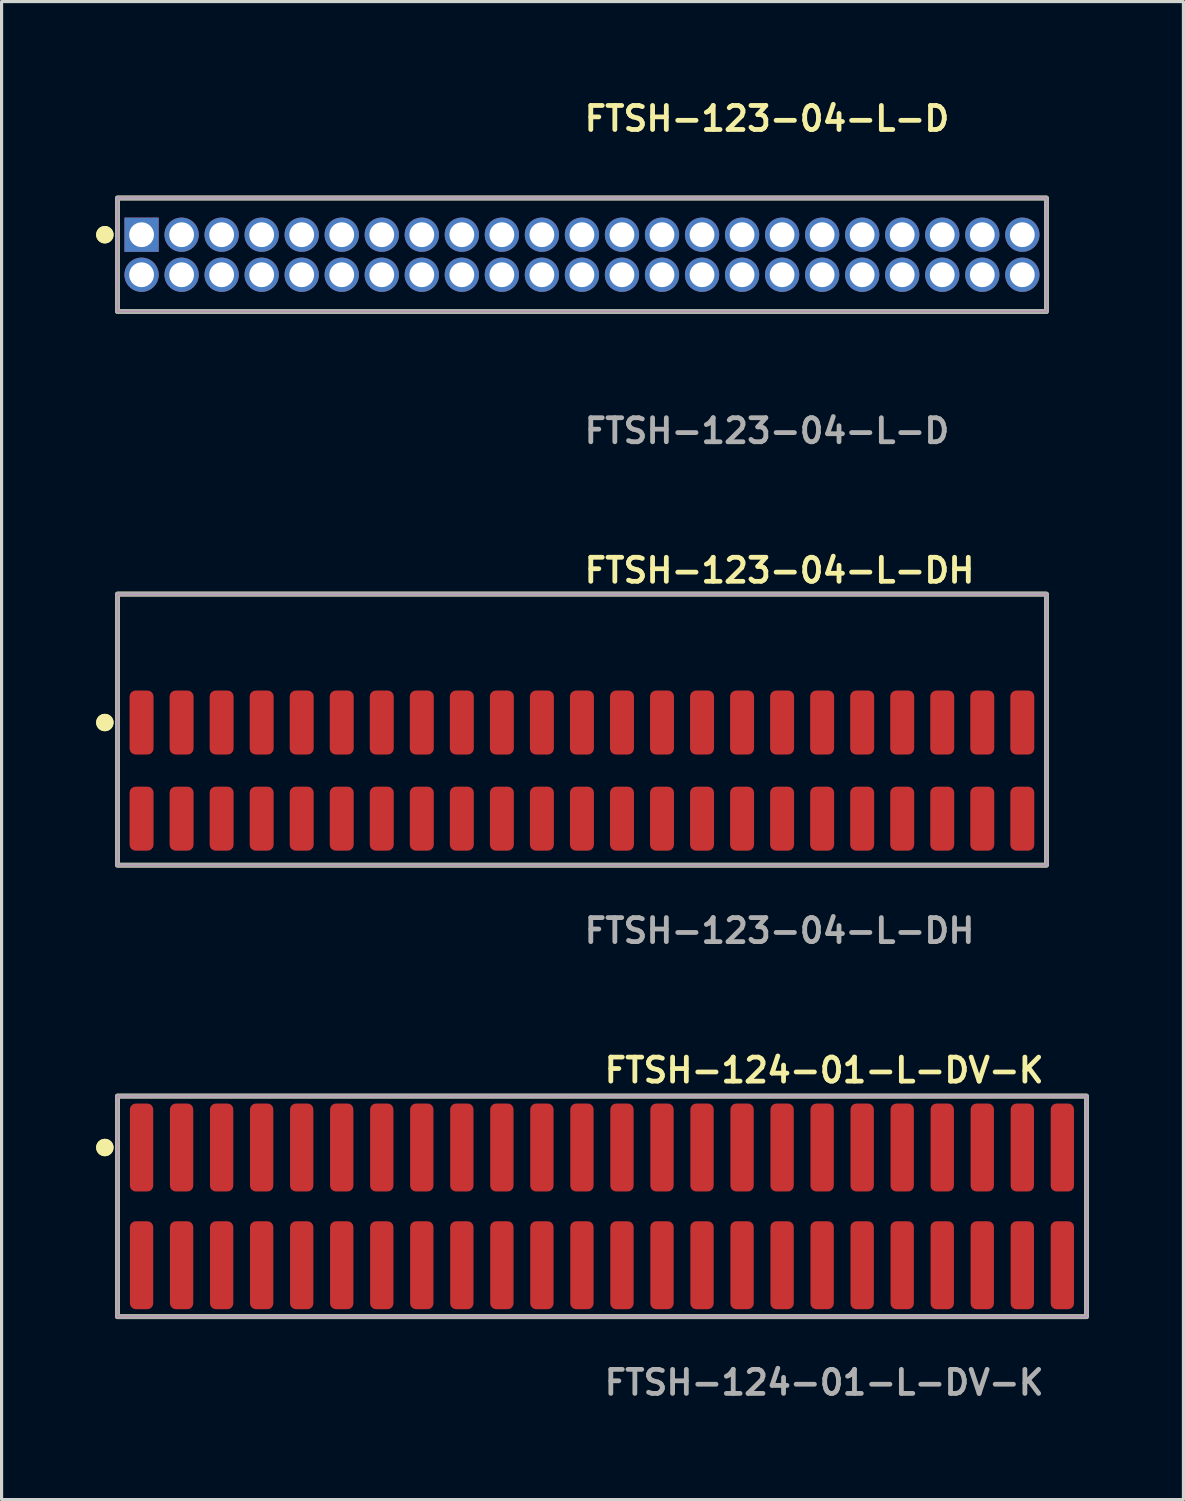
<source format=kicad_pcb>
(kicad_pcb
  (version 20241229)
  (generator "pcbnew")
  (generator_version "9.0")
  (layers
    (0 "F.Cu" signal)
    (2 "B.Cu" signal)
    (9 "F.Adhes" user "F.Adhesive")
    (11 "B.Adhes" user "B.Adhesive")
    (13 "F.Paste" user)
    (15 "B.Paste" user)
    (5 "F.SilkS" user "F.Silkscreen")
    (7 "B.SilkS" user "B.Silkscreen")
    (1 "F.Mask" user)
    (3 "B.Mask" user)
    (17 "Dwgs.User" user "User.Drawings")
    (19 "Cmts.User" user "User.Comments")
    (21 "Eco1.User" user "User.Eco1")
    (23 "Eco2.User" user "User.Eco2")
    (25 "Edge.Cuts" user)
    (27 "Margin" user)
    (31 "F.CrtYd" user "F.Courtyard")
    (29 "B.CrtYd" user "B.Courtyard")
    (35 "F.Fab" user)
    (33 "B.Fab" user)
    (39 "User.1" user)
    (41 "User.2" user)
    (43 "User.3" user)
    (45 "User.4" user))
  (footprint "FTSH-123-04-L-D"
    (layer "F.Cu")
    (at 15.411 5.031)
    (property "Reference" "FTSH-123-04-L-D" (at 0 -4.318 0) (unlocked yes) (layer "F.SilkS") (effects (font (size 0.762 0.762) (thickness 0.152)) (justify left)))
    (fp_rect (start -14.735 1.8) (end 14.735 -1.8) (stroke (width 0.152) (type solid)) (fill no) (layer "F.SilkS"))
    (fp_circle (center -15.135 -0.635) (end -15.335 -0.635) (stroke (width 0.152) (type solid)) (fill yes) (layer "F.SilkS"))
    (fp_circle (center -15.135 -0.635) (end -15.335 -0.635) (stroke (width 0.152) (type solid)) (fill yes) (layer "F.SilkS"))
    (fp_rect (start -14.735 1.8) (end 14.735 -1.8) (stroke (width 0.006) (type solid)) (fill no) (layer "F.CrtYd"))
    (fp_rect (start -14.735 1.8) (end 14.735 -1.8) (stroke (width 0.152) (type solid)) (fill no) (layer "F.Fab"))
    (fp_text user "${REFERENCE}" (at 0 5.588 0) (unlocked yes) (layer "F.Fab") (effects (font (size 0.762 0.762) (thickness 0.152)) (justify left)))
    (pad "1" thru_hole rect (at -13.97 -0.635) (size 1.087 1.087) (drill 0.787) (layers "*.Cu" "*.Mask"))
    (pad "2" thru_hole circle (at -13.97 0.635) (size 1.087 1.087) (drill 0.787) (layers "*.Cu" "*.Mask"))
    (pad "3" thru_hole circle (at -12.7 -0.635) (size 1.087 1.087) (drill 0.787) (layers "*.Cu" "*.Mask"))
    (pad "4" thru_hole circle (at -12.7 0.635) (size 1.087 1.087) (drill 0.787) (layers "*.Cu" "*.Mask"))
    (pad "5" thru_hole circle (at -11.43 -0.635) (size 1.087 1.087) (drill 0.787) (layers "*.Cu" "*.Mask"))
    (pad "6" thru_hole circle (at -11.43 0.635) (size 1.087 1.087) (drill 0.787) (layers "*.Cu" "*.Mask"))
    (pad "7" thru_hole circle (at -10.16 -0.635) (size 1.087 1.087) (drill 0.787) (layers "*.Cu" "*.Mask"))
    (pad "8" thru_hole circle (at -10.16 0.635) (size 1.087 1.087) (drill 0.787) (layers "*.Cu" "*.Mask"))
    (pad "9" thru_hole circle (at -8.89 -0.635) (size 1.087 1.087) (drill 0.787) (layers "*.Cu" "*.Mask"))
    (pad "10" thru_hole circle (at -8.89 0.635) (size 1.087 1.087) (drill 0.787) (layers "*.Cu" "*.Mask"))
    (pad "11" thru_hole circle (at -7.62 -0.635) (size 1.087 1.087) (drill 0.787) (layers "*.Cu" "*.Mask"))
    (pad "12" thru_hole circle (at -7.62 0.635) (size 1.087 1.087) (drill 0.787) (layers "*.Cu" "*.Mask"))
    (pad "13" thru_hole circle (at -6.35 -0.635) (size 1.087 1.087) (drill 0.787) (layers "*.Cu" "*.Mask"))
    (pad "14" thru_hole circle (at -6.35 0.635) (size 1.087 1.087) (drill 0.787) (layers "*.Cu" "*.Mask"))
    (pad "15" thru_hole circle (at -5.08 -0.635) (size 1.087 1.087) (drill 0.787) (layers "*.Cu" "*.Mask"))
    (pad "16" thru_hole circle (at -5.08 0.635) (size 1.087 1.087) (drill 0.787) (layers "*.Cu" "*.Mask"))
    (pad "17" thru_hole circle (at -3.81 -0.635) (size 1.087 1.087) (drill 0.787) (layers "*.Cu" "*.Mask"))
    (pad "18" thru_hole circle (at -3.81 0.635) (size 1.087 1.087) (drill 0.787) (layers "*.Cu" "*.Mask"))
    (pad "19" thru_hole circle (at -2.54 -0.635) (size 1.087 1.087) (drill 0.787) (layers "*.Cu" "*.Mask"))
    (pad "20" thru_hole circle (at -2.54 0.635) (size 1.087 1.087) (drill 0.787) (layers "*.Cu" "*.Mask"))
    (pad "21" thru_hole circle (at -1.27 -0.635) (size 1.087 1.087) (drill 0.787) (layers "*.Cu" "*.Mask"))
    (pad "22" thru_hole circle (at -1.27 0.635) (size 1.087 1.087) (drill 0.787) (layers "*.Cu" "*.Mask"))
    (pad "23" thru_hole circle (at 0 -0.635) (size 1.087 1.087) (drill 0.787) (layers "*.Cu" "*.Mask"))
    (pad "24" thru_hole circle (at 0 0.635) (size 1.087 1.087) (drill 0.787) (layers "*.Cu" "*.Mask"))
    (pad "25" thru_hole circle (at 1.27 -0.635) (size 1.087 1.087) (drill 0.787) (layers "*.Cu" "*.Mask"))
    (pad "26" thru_hole circle (at 1.27 0.635) (size 1.087 1.087) (drill 0.787) (layers "*.Cu" "*.Mask"))
    (pad "27" thru_hole circle (at 2.54 -0.635) (size 1.087 1.087) (drill 0.787) (layers "*.Cu" "*.Mask"))
    (pad "28" thru_hole circle (at 2.54 0.635) (size 1.087 1.087) (drill 0.787) (layers "*.Cu" "*.Mask"))
    (pad "29" thru_hole circle (at 3.81 -0.635) (size 1.087 1.087) (drill 0.787) (layers "*.Cu" "*.Mask"))
    (pad "30" thru_hole circle (at 3.81 0.635) (size 1.087 1.087) (drill 0.787) (layers "*.Cu" "*.Mask"))
    (pad "31" thru_hole circle (at 5.08 -0.635) (size 1.087 1.087) (drill 0.787) (layers "*.Cu" "*.Mask"))
    (pad "32" thru_hole circle (at 5.08 0.635) (size 1.087 1.087) (drill 0.787) (layers "*.Cu" "*.Mask"))
    (pad "33" thru_hole circle (at 6.35 -0.635) (size 1.087 1.087) (drill 0.787) (layers "*.Cu" "*.Mask"))
    (pad "34" thru_hole circle (at 6.35 0.635) (size 1.087 1.087) (drill 0.787) (layers "*.Cu" "*.Mask"))
    (pad "35" thru_hole circle (at 7.62 -0.635) (size 1.087 1.087) (drill 0.787) (layers "*.Cu" "*.Mask"))
    (pad "36" thru_hole circle (at 7.62 0.635) (size 1.087 1.087) (drill 0.787) (layers "*.Cu" "*.Mask"))
    (pad "37" thru_hole circle (at 8.89 -0.635) (size 1.087 1.087) (drill 0.787) (layers "*.Cu" "*.Mask"))
    (pad "38" thru_hole circle (at 8.89 0.635) (size 1.087 1.087) (drill 0.787) (layers "*.Cu" "*.Mask"))
    (pad "39" thru_hole circle (at 10.16 -0.635) (size 1.087 1.087) (drill 0.787) (layers "*.Cu" "*.Mask"))
    (pad "40" thru_hole circle (at 10.16 0.635) (size 1.087 1.087) (drill 0.787) (layers "*.Cu" "*.Mask"))
    (pad "41" thru_hole circle (at 11.43 -0.635) (size 1.087 1.087) (drill 0.787) (layers "*.Cu" "*.Mask"))
    (pad "42" thru_hole circle (at 11.43 0.635) (size 1.087 1.087) (drill 0.787) (layers "*.Cu" "*.Mask"))
    (pad "43" thru_hole circle (at 12.7 -0.635) (size 1.087 1.087) (drill 0.787) (layers "*.Cu" "*.Mask"))
    (pad "44" thru_hole circle (at 12.7 0.635) (size 1.087 1.087) (drill 0.787) (layers "*.Cu" "*.Mask"))
    (pad "45" thru_hole circle (at 13.97 -0.635) (size 1.087 1.087) (drill 0.787) (layers "*.Cu" "*.Mask"))
    (pad "46" thru_hole circle (at 13.97 0.635) (size 1.087 1.087) (drill 0.787) (layers "*.Cu" "*.Mask")))
  (footprint "FTSH-123-04-L-DH"
    (layer "F.Cu")
    (at 15.411 21.396)
    (property "Reference" "FTSH-123-04-L-DH" (at 0 -6.35 0) (unlocked yes) (layer "F.SilkS") (effects (font (size 0.762 0.762) (thickness 0.152)) (justify left)))
    (fp_rect (start -14.735 3) (end 14.735 -5.6) (stroke (width 0.152) (type solid)) (fill no) (layer "F.SilkS"))
    (fp_circle (center -15.135 -1.525) (end -15.335 -1.525) (stroke (width 0.152) (type solid)) (fill yes) (layer "F.SilkS"))
    (fp_circle (center -15.135 -1.525) (end -15.335 -1.525) (stroke (width 0.152) (type solid)) (fill yes) (layer "F.SilkS"))
    (fp_rect (start -14.735 3) (end 14.735 -5.6) (stroke (width 0.006) (type solid)) (fill no) (layer "F.CrtYd"))
    (fp_rect (start -14.735 3) (end 14.735 -5.6) (stroke (width 0.152) (type solid)) (fill no) (layer "F.Fab"))
    (fp_text user "${REFERENCE}" (at 0 5.08 0) (unlocked yes) (layer "F.Fab") (effects (font (size 0.762 0.762) (thickness 0.152)) (justify left)))
    (pad "1" smd roundrect (at -13.97 -1.525) (size 0.76 2.03) (layers "F.Cu" "F.Paste") (roundrect_rratio 0.25))
    (pad "2" smd roundrect (at -13.97 1.525) (size 0.76 2.03) (layers "F.Cu" "F.Paste") (roundrect_rratio 0.25))
    (pad "3" smd roundrect (at -12.7 -1.525) (size 0.76 2.03) (layers "F.Cu" "F.Paste") (roundrect_rratio 0.25))
    (pad "4" smd roundrect (at -12.7 1.525) (size 0.76 2.03) (layers "F.Cu" "F.Paste") (roundrect_rratio 0.25))
    (pad "5" smd roundrect (at -11.43 -1.525) (size 0.76 2.03) (layers "F.Cu" "F.Paste") (roundrect_rratio 0.25))
    (pad "6" smd roundrect (at -11.43 1.525) (size 0.76 2.03) (layers "F.Cu" "F.Paste") (roundrect_rratio 0.25))
    (pad "7" smd roundrect (at -10.16 -1.525) (size 0.76 2.03) (layers "F.Cu" "F.Paste") (roundrect_rratio 0.25))
    (pad "8" smd roundrect (at -10.16 1.525) (size 0.76 2.03) (layers "F.Cu" "F.Paste") (roundrect_rratio 0.25))
    (pad "9" smd roundrect (at -8.89 -1.525) (size 0.76 2.03) (layers "F.Cu" "F.Paste") (roundrect_rratio 0.25))
    (pad "10" smd roundrect (at -8.89 1.525) (size 0.76 2.03) (layers "F.Cu" "F.Paste") (roundrect_rratio 0.25))
    (pad "11" smd roundrect (at -7.62 -1.525) (size 0.76 2.03) (layers "F.Cu" "F.Paste") (roundrect_rratio 0.25))
    (pad "12" smd roundrect (at -7.62 1.525) (size 0.76 2.03) (layers "F.Cu" "F.Paste") (roundrect_rratio 0.25))
    (pad "13" smd roundrect (at -6.35 -1.525) (size 0.76 2.03) (layers "F.Cu" "F.Paste") (roundrect_rratio 0.25))
    (pad "14" smd roundrect (at -6.35 1.525) (size 0.76 2.03) (layers "F.Cu" "F.Paste") (roundrect_rratio 0.25))
    (pad "15" smd roundrect (at -5.08 -1.525) (size 0.76 2.03) (layers "F.Cu" "F.Paste") (roundrect_rratio 0.25))
    (pad "16" smd roundrect (at -5.08 1.525) (size 0.76 2.03) (layers "F.Cu" "F.Paste") (roundrect_rratio 0.25))
    (pad "17" smd roundrect (at -3.81 -1.525) (size 0.76 2.03) (layers "F.Cu" "F.Paste") (roundrect_rratio 0.25))
    (pad "18" smd roundrect (at -3.81 1.525) (size 0.76 2.03) (layers "F.Cu" "F.Paste") (roundrect_rratio 0.25))
    (pad "19" smd roundrect (at -2.54 -1.525) (size 0.76 2.03) (layers "F.Cu" "F.Paste") (roundrect_rratio 0.25))
    (pad "20" smd roundrect (at -2.54 1.525) (size 0.76 2.03) (layers "F.Cu" "F.Paste") (roundrect_rratio 0.25))
    (pad "21" smd roundrect (at -1.27 -1.525) (size 0.76 2.03) (layers "F.Cu" "F.Paste") (roundrect_rratio 0.25))
    (pad "22" smd roundrect (at -1.27 1.525) (size 0.76 2.03) (layers "F.Cu" "F.Paste") (roundrect_rratio 0.25))
    (pad "23" smd roundrect (at 0 -1.525) (size 0.76 2.03) (layers "F.Cu" "F.Paste") (roundrect_rratio 0.25))
    (pad "24" smd roundrect (at 0 1.525) (size 0.76 2.03) (layers "F.Cu" "F.Paste") (roundrect_rratio 0.25))
    (pad "25" smd roundrect (at 1.27 -1.525) (size 0.76 2.03) (layers "F.Cu" "F.Paste") (roundrect_rratio 0.25))
    (pad "26" smd roundrect (at 1.27 1.525) (size 0.76 2.03) (layers "F.Cu" "F.Paste") (roundrect_rratio 0.25))
    (pad "27" smd roundrect (at 2.54 -1.525) (size 0.76 2.03) (layers "F.Cu" "F.Paste") (roundrect_rratio 0.25))
    (pad "28" smd roundrect (at 2.54 1.525) (size 0.76 2.03) (layers "F.Cu" "F.Paste") (roundrect_rratio 0.25))
    (pad "29" smd roundrect (at 3.81 -1.525) (size 0.76 2.03) (layers "F.Cu" "F.Paste") (roundrect_rratio 0.25))
    (pad "30" smd roundrect (at 3.81 1.525) (size 0.76 2.03) (layers "F.Cu" "F.Paste") (roundrect_rratio 0.25))
    (pad "31" smd roundrect (at 5.08 -1.525) (size 0.76 2.03) (layers "F.Cu" "F.Paste") (roundrect_rratio 0.25))
    (pad "32" smd roundrect (at 5.08 1.525) (size 0.76 2.03) (layers "F.Cu" "F.Paste") (roundrect_rratio 0.25))
    (pad "33" smd roundrect (at 6.35 -1.525) (size 0.76 2.03) (layers "F.Cu" "F.Paste") (roundrect_rratio 0.25))
    (pad "34" smd roundrect (at 6.35 1.525) (size 0.76 2.03) (layers "F.Cu" "F.Paste") (roundrect_rratio 0.25))
    (pad "35" smd roundrect (at 7.62 -1.525) (size 0.76 2.03) (layers "F.Cu" "F.Paste") (roundrect_rratio 0.25))
    (pad "36" smd roundrect (at 7.62 1.525) (size 0.76 2.03) (layers "F.Cu" "F.Paste") (roundrect_rratio 0.25))
    (pad "37" smd roundrect (at 8.89 -1.525) (size 0.76 2.03) (layers "F.Cu" "F.Paste") (roundrect_rratio 0.25))
    (pad "38" smd roundrect (at 8.89 1.525) (size 0.76 2.03) (layers "F.Cu" "F.Paste") (roundrect_rratio 0.25))
    (pad "39" smd roundrect (at 10.16 -1.525) (size 0.76 2.03) (layers "F.Cu" "F.Paste") (roundrect_rratio 0.25))
    (pad "40" smd roundrect (at 10.16 1.525) (size 0.76 2.03) (layers "F.Cu" "F.Paste") (roundrect_rratio 0.25))
    (pad "41" smd roundrect (at 11.43 -1.525) (size 0.76 2.03) (layers "F.Cu" "F.Paste") (roundrect_rratio 0.25))
    (pad "42" smd roundrect (at 11.43 1.525) (size 0.76 2.03) (layers "F.Cu" "F.Paste") (roundrect_rratio 0.25))
    (pad "43" smd roundrect (at 12.7 -1.525) (size 0.76 2.03) (layers "F.Cu" "F.Paste") (roundrect_rratio 0.25))
    (pad "44" smd roundrect (at 12.7 1.525) (size 0.76 2.03) (layers "F.Cu" "F.Paste") (roundrect_rratio 0.25))
    (pad "45" smd roundrect (at 13.97 -1.525) (size 0.76 2.03) (layers "F.Cu" "F.Paste") (roundrect_rratio 0.25))
    (pad "46" smd roundrect (at 13.97 1.525) (size 0.76 2.03) (layers "F.Cu" "F.Paste") (roundrect_rratio 0.25)))
  (footprint "FTSH-124-01-L-DV-K"
    (layer "F.Cu")
    (at 16.046 35.22)
    (property "Reference" "FTSH-124-01-L-DV-K" (at 0 -4.318 0) (unlocked yes) (layer "F.SilkS") (effects (font (size 0.762 0.762) (thickness 0.152)) (justify left)))
    (fp_rect (start -15.37 3.5) (end 15.37 -3.5) (stroke (width 0.152) (type solid)) (fill no) (layer "F.SilkS"))
    (fp_circle (center -15.77 -1.867) (end -15.97 -1.867) (stroke (width 0.152) (type solid)) (fill yes) (layer "F.SilkS"))
    (fp_circle (center -15.77 -1.867) (end -15.97 -1.867) (stroke (width 0.152) (type solid)) (fill yes) (layer "F.SilkS"))
    (fp_rect (start -15.37 3.5) (end 15.37 -3.5) (stroke (width 0.006) (type solid)) (fill no) (layer "F.CrtYd"))
    (fp_rect (start -15.37 3.5) (end 15.37 -3.5) (stroke (width 0.152) (type solid)) (fill no) (layer "F.Fab"))
    (fp_text user "${REFERENCE}" (at 0 5.588 0) (unlocked yes) (layer "F.Fab") (effects (font (size 0.762 0.762) (thickness 0.152)) (justify left)))
    (pad "1" smd roundrect (at -14.605 -1.867) (size 0.74 2.79) (layers "F.Cu" "F.Paste") (roundrect_rratio 0.25))
    (pad "2" smd roundrect (at -14.605 1.867) (size 0.74 2.79) (layers "F.Cu" "F.Paste") (roundrect_rratio 0.25))
    (pad "3" smd roundrect (at -13.335 -1.867) (size 0.74 2.79) (layers "F.Cu" "F.Paste") (roundrect_rratio 0.25))
    (pad "4" smd roundrect (at -13.335 1.867) (size 0.74 2.79) (layers "F.Cu" "F.Paste") (roundrect_rratio 0.25))
    (pad "5" smd roundrect (at -12.065 -1.867) (size 0.74 2.79) (layers "F.Cu" "F.Paste") (roundrect_rratio 0.25))
    (pad "6" smd roundrect (at -12.065 1.867) (size 0.74 2.79) (layers "F.Cu" "F.Paste") (roundrect_rratio 0.25))
    (pad "7" smd roundrect (at -10.795 -1.867) (size 0.74 2.79) (layers "F.Cu" "F.Paste") (roundrect_rratio 0.25))
    (pad "8" smd roundrect (at -10.795 1.867) (size 0.74 2.79) (layers "F.Cu" "F.Paste") (roundrect_rratio 0.25))
    (pad "9" smd roundrect (at -9.525 -1.867) (size 0.74 2.79) (layers "F.Cu" "F.Paste") (roundrect_rratio 0.25))
    (pad "10" smd roundrect (at -9.525 1.867) (size 0.74 2.79) (layers "F.Cu" "F.Paste") (roundrect_rratio 0.25))
    (pad "11" smd roundrect (at -8.255 -1.867) (size 0.74 2.79) (layers "F.Cu" "F.Paste") (roundrect_rratio 0.25))
    (pad "12" smd roundrect (at -8.255 1.867) (size 0.74 2.79) (layers "F.Cu" "F.Paste") (roundrect_rratio 0.25))
    (pad "13" smd roundrect (at -6.985 -1.867) (size 0.74 2.79) (layers "F.Cu" "F.Paste") (roundrect_rratio 0.25))
    (pad "14" smd roundrect (at -6.985 1.867) (size 0.74 2.79) (layers "F.Cu" "F.Paste") (roundrect_rratio 0.25))
    (pad "15" smd roundrect (at -5.715 -1.867) (size 0.74 2.79) (layers "F.Cu" "F.Paste") (roundrect_rratio 0.25))
    (pad "16" smd roundrect (at -5.715 1.867) (size 0.74 2.79) (layers "F.Cu" "F.Paste") (roundrect_rratio 0.25))
    (pad "17" smd roundrect (at -4.445 -1.867) (size 0.74 2.79) (layers "F.Cu" "F.Paste") (roundrect_rratio 0.25))
    (pad "18" smd roundrect (at -4.445 1.867) (size 0.74 2.79) (layers "F.Cu" "F.Paste") (roundrect_rratio 0.25))
    (pad "19" smd roundrect (at -3.175 -1.867) (size 0.74 2.79) (layers "F.Cu" "F.Paste") (roundrect_rratio 0.25))
    (pad "20" smd roundrect (at -3.175 1.867) (size 0.74 2.79) (layers "F.Cu" "F.Paste") (roundrect_rratio 0.25))
    (pad "21" smd roundrect (at -1.905 -1.867) (size 0.74 2.79) (layers "F.Cu" "F.Paste") (roundrect_rratio 0.25))
    (pad "22" smd roundrect (at -1.905 1.867) (size 0.74 2.79) (layers "F.Cu" "F.Paste") (roundrect_rratio 0.25))
    (pad "23" smd roundrect (at -0.635 -1.867) (size 0.74 2.79) (layers "F.Cu" "F.Paste") (roundrect_rratio 0.25))
    (pad "24" smd roundrect (at -0.635 1.867) (size 0.74 2.79) (layers "F.Cu" "F.Paste") (roundrect_rratio 0.25))
    (pad "25" smd roundrect (at 0.635 -1.867) (size 0.74 2.79) (layers "F.Cu" "F.Paste") (roundrect_rratio 0.25))
    (pad "26" smd roundrect (at 0.635 1.867) (size 0.74 2.79) (layers "F.Cu" "F.Paste") (roundrect_rratio 0.25))
    (pad "27" smd roundrect (at 1.905 -1.867) (size 0.74 2.79) (layers "F.Cu" "F.Paste") (roundrect_rratio 0.25))
    (pad "28" smd roundrect (at 1.905 1.867) (size 0.74 2.79) (layers "F.Cu" "F.Paste") (roundrect_rratio 0.25))
    (pad "29" smd roundrect (at 3.175 -1.867) (size 0.74 2.79) (layers "F.Cu" "F.Paste") (roundrect_rratio 0.25))
    (pad "30" smd roundrect (at 3.175 1.867) (size 0.74 2.79) (layers "F.Cu" "F.Paste") (roundrect_rratio 0.25))
    (pad "31" smd roundrect (at 4.445 -1.867) (size 0.74 2.79) (layers "F.Cu" "F.Paste") (roundrect_rratio 0.25))
    (pad "32" smd roundrect (at 4.445 1.867) (size 0.74 2.79) (layers "F.Cu" "F.Paste") (roundrect_rratio 0.25))
    (pad "33" smd roundrect (at 5.715 -1.867) (size 0.74 2.79) (layers "F.Cu" "F.Paste") (roundrect_rratio 0.25))
    (pad "34" smd roundrect (at 5.715 1.867) (size 0.74 2.79) (layers "F.Cu" "F.Paste") (roundrect_rratio 0.25))
    (pad "35" smd roundrect (at 6.985 -1.867) (size 0.74 2.79) (layers "F.Cu" "F.Paste") (roundrect_rratio 0.25))
    (pad "36" smd roundrect (at 6.985 1.867) (size 0.74 2.79) (layers "F.Cu" "F.Paste") (roundrect_rratio 0.25))
    (pad "37" smd roundrect (at 8.255 -1.867) (size 0.74 2.79) (layers "F.Cu" "F.Paste") (roundrect_rratio 0.25))
    (pad "38" smd roundrect (at 8.255 1.867) (size 0.74 2.79) (layers "F.Cu" "F.Paste") (roundrect_rratio 0.25))
    (pad "39" smd roundrect (at 9.525 -1.867) (size 0.74 2.79) (layers "F.Cu" "F.Paste") (roundrect_rratio 0.25))
    (pad "40" smd roundrect (at 9.525 1.867) (size 0.74 2.79) (layers "F.Cu" "F.Paste") (roundrect_rratio 0.25))
    (pad "41" smd roundrect (at 10.795 -1.867) (size 0.74 2.79) (layers "F.Cu" "F.Paste") (roundrect_rratio 0.25))
    (pad "42" smd roundrect (at 10.795 1.867) (size 0.74 2.79) (layers "F.Cu" "F.Paste") (roundrect_rratio 0.25))
    (pad "43" smd roundrect (at 12.065 -1.867) (size 0.74 2.79) (layers "F.Cu" "F.Paste") (roundrect_rratio 0.25))
    (pad "44" smd roundrect (at 12.065 1.867) (size 0.74 2.79) (layers "F.Cu" "F.Paste") (roundrect_rratio 0.25))
    (pad "45" smd roundrect (at 13.335 -1.867) (size 0.74 2.79) (layers "F.Cu" "F.Paste") (roundrect_rratio 0.25))
    (pad "46" smd roundrect (at 13.335 1.867) (size 0.74 2.79) (layers "F.Cu" "F.Paste") (roundrect_rratio 0.25))
    (pad "47" smd roundrect (at 14.605 -1.867) (size 0.74 2.79) (layers "F.Cu" "F.Paste") (roundrect_rratio 0.25))
    (pad "48" smd roundrect (at 14.605 1.867) (size 0.74 2.79) (layers "F.Cu" "F.Paste") (roundrect_rratio 0.25)))
  (gr_rect
    (start -3 -3)
    (end 34.492 44.521)
    (stroke (width 0.1) (type default))
    (fill no)
    (layer "Edge.Cuts")))
</source>
